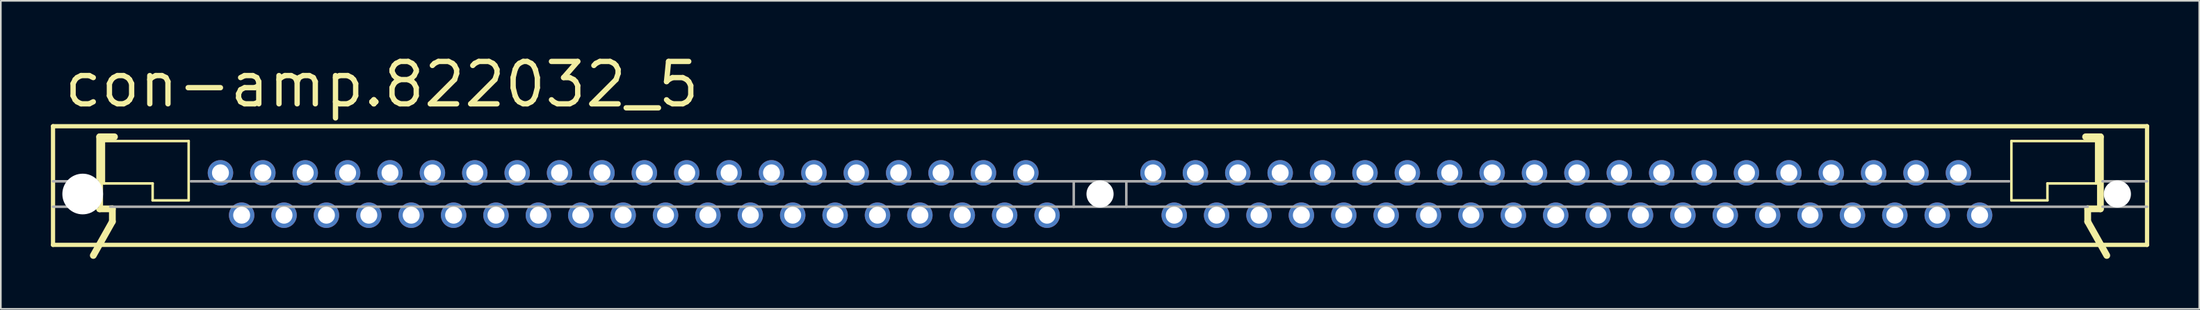
<source format=kicad_pcb>
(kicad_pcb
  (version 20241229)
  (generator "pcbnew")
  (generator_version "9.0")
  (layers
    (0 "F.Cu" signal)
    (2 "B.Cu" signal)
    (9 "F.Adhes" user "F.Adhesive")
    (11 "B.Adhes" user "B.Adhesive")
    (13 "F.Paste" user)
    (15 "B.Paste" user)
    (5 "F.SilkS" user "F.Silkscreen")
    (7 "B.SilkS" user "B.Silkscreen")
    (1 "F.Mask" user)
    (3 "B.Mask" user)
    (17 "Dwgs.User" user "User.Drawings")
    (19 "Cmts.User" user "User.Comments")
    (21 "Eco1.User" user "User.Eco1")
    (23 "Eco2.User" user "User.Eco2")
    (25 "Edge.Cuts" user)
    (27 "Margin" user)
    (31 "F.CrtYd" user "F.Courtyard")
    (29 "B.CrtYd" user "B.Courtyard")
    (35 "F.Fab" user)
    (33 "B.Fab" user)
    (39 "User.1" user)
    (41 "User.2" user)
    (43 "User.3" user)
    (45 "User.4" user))
  (footprint "con-amp.822032_5"
    (layer "F.Cu")
    (at 62.865 8.58)
    (property "Reference" "con-amp.822032_5" (at -62.23 -5.08 0) (layer "F.SilkS") (effects (font (size 2.54 2.54) (thickness 0.32)) (justify left bottom)))
    (attr through_hole)
    (fp_line (start -62.738 -4.064) (end 62.738 -4.064) (stroke (width 0.254) (type default)) (layer "F.SilkS"))
    (fp_line (start -62.738 3.048) (end -62.738 -4.064) (stroke (width 0.254) (type default)) (layer "F.SilkS"))
    (fp_line (start -59.944 -3.429) (end -59.944 0.889) (stroke (width 0.406) (type default)) (layer "F.SilkS"))
    (fp_line (start -59.944 0.889) (end -59.182 0.889) (stroke (width 0.406) (type default)) (layer "F.SilkS"))
    (fp_line (start -59.69 -3.175) (end -59.69 -0.635) (stroke (width 0.152) (type default)) (layer "F.SilkS"))
    (fp_line (start -59.182 0.889) (end -59.182 1.651) (stroke (width 0.406) (type default)) (layer "F.SilkS"))
    (fp_line (start -59.182 1.651) (end -60.325 3.683) (stroke (width 0.406) (type default)) (layer "F.SilkS"))
    (fp_line (start -59.055 -3.429) (end -59.944 -3.429) (stroke (width 0.406) (type default)) (layer "F.SilkS"))
    (fp_line (start -56.769 -0.635) (end -59.69 -0.635) (stroke (width 0.152) (type default)) (layer "F.SilkS"))
    (fp_line (start -56.769 0.381) (end -56.769 -0.635) (stroke (width 0.152) (type default)) (layer "F.SilkS"))
    (fp_line (start -56.769 0.381) (end -54.61 0.381) (stroke (width 0.152) (type default)) (layer "F.SilkS"))
    (fp_line (start -54.61 -3.175) (end -59.69 -3.175) (stroke (width 0.152) (type default)) (layer "F.SilkS"))
    (fp_line (start -54.61 0.381) (end -54.61 -3.175) (stroke (width 0.152) (type default)) (layer "F.SilkS"))
    (fp_line (start 54.61 -3.175) (end 59.69 -3.175) (stroke (width 0.152) (type default)) (layer "F.SilkS"))
    (fp_line (start 54.61 0.381) (end 54.61 -3.175) (stroke (width 0.152) (type default)) (layer "F.SilkS"))
    (fp_line (start 56.769 -0.635) (end 59.69 -0.635) (stroke (width 0.152) (type default)) (layer "F.SilkS"))
    (fp_line (start 56.769 0.381) (end 54.61 0.381) (stroke (width 0.152) (type default)) (layer "F.SilkS"))
    (fp_line (start 56.769 0.381) (end 56.769 -0.635) (stroke (width 0.152) (type default)) (layer "F.SilkS"))
    (fp_line (start 59.055 -3.429) (end 59.944 -3.429) (stroke (width 0.406) (type default)) (layer "F.SilkS"))
    (fp_line (start 59.182 0.889) (end 59.182 1.651) (stroke (width 0.406) (type default)) (layer "F.SilkS"))
    (fp_line (start 59.182 1.651) (end 60.325 3.683) (stroke (width 0.406) (type default)) (layer "F.SilkS"))
    (fp_line (start 59.69 -3.175) (end 59.69 -0.635) (stroke (width 0.152) (type default)) (layer "F.SilkS"))
    (fp_line (start 59.944 -3.429) (end 59.944 0.889) (stroke (width 0.406) (type default)) (layer "F.SilkS"))
    (fp_line (start 59.944 0.889) (end 59.182 0.889) (stroke (width 0.406) (type default)) (layer "F.SilkS"))
    (fp_line (start 62.738 -4.064) (end 62.738 3.048) (stroke (width 0.254) (type default)) (layer "F.SilkS"))
    (fp_line (start 62.738 3.048) (end -62.738 3.048) (stroke (width 0.254) (type default)) (layer "F.SilkS"))
    (fp_line (start -62.738 -0.762) (end -60.071 -0.762) (stroke (width 0.152) (type default)) (layer "F.Fab"))
    (fp_line (start -62.738 0.762) (end -60.071 0.762) (stroke (width 0.152) (type default)) (layer "F.Fab"))
    (fp_line (start -59.309 0.762) (end -1.575 0.762) (stroke (width 0.152) (type default)) (layer "F.Fab"))
    (fp_line (start -54.483 -0.762) (end -1.575 -0.762) (stroke (width 0.152) (type default)) (layer "F.Fab"))
    (fp_line (start -1.575 -0.762) (end 1.575 -0.762) (stroke (width 0.152) (type default)) (layer "F.Fab"))
    (fp_line (start -1.575 0.762) (end -1.575 -0.762) (stroke (width 0.152) (type default)) (layer "F.Fab"))
    (fp_line (start -1.575 0.762) (end 1.575 0.762) (stroke (width 0.152) (type default)) (layer "F.Fab"))
    (fp_line (start 1.575 0.762) (end 1.575 -0.762) (stroke (width 0.152) (type default)) (layer "F.Fab"))
    (fp_line (start 54.483 -0.762) (end 1.575 -0.762) (stroke (width 0.152) (type default)) (layer "F.Fab"))
    (fp_line (start 59.182 0.762) (end 1.575 0.762) (stroke (width 0.152) (type default)) (layer "F.Fab"))
    (fp_line (start 62.738 -0.762) (end 60.071 -0.762) (stroke (width 0.152) (type default)) (layer "F.Fab"))
    (fp_line (start 62.738 0.762) (end 60.071 0.762) (stroke (width 0.152) (type default)) (layer "F.Fab"))
    (pad "" np_thru_hole circle (at -60.96 0) (size 2.438 2.438) (drill 2.438) (layers "*.Cu" "*.Mask"))
    (pad "" np_thru_hole circle (at 0 0) (size 1.626 1.626) (drill 1.626) (layers "*.Cu" "*.Mask"))
    (pad "" np_thru_hole circle (at 60.96 0) (size 1.626 1.626) (drill 1.626) (layers "*.Cu" "*.Mask"))
    (pad "1" thru_hole circle (at 52.705 1.27) (size 1.524 1.524) (drill 1.016) (layers "*.Cu" "*.Mask"))
    (pad "2" thru_hole circle (at 51.435 -1.27) (size 1.524 1.524) (drill 1.016) (layers "*.Cu" "*.Mask"))
    (pad "3" thru_hole circle (at 50.165 1.27) (size 1.524 1.524) (drill 1.016) (layers "*.Cu" "*.Mask"))
    (pad "4" thru_hole circle (at 48.895 -1.27) (size 1.524 1.524) (drill 1.016) (layers "*.Cu" "*.Mask"))
    (pad "5" thru_hole circle (at 47.625 1.27) (size 1.524 1.524) (drill 1.016) (layers "*.Cu" "*.Mask"))
    (pad "6" thru_hole circle (at 46.355 -1.27) (size 1.524 1.524) (drill 1.016) (layers "*.Cu" "*.Mask"))
    (pad "7" thru_hole circle (at 45.085 1.27) (size 1.524 1.524) (drill 1.016) (layers "*.Cu" "*.Mask"))
    (pad "8" thru_hole circle (at 43.815 -1.27) (size 1.524 1.524) (drill 1.016) (layers "*.Cu" "*.Mask"))
    (pad "9" thru_hole circle (at 42.545 1.27) (size 1.524 1.524) (drill 1.016) (layers "*.Cu" "*.Mask"))
    (pad "10" thru_hole circle (at 41.275 -1.27) (size 1.524 1.524) (drill 1.016) (layers "*.Cu" "*.Mask"))
    (pad "11" thru_hole circle (at 40.005 1.27) (size 1.524 1.524) (drill 1.016) (layers "*.Cu" "*.Mask"))
    (pad "12" thru_hole circle (at 38.735 -1.27) (size 1.524 1.524) (drill 1.016) (layers "*.Cu" "*.Mask"))
    (pad "13" thru_hole circle (at 37.465 1.27) (size 1.524 1.524) (drill 1.016) (layers "*.Cu" "*.Mask"))
    (pad "14" thru_hole circle (at 36.195 -1.27) (size 1.524 1.524) (drill 1.016) (layers "*.Cu" "*.Mask"))
    (pad "15" thru_hole circle (at 34.925 1.27) (size 1.524 1.524) (drill 1.016) (layers "*.Cu" "*.Mask"))
    (pad "16" thru_hole circle (at 33.655 -1.27) (size 1.524 1.524) (drill 1.016) (layers "*.Cu" "*.Mask"))
    (pad "17" thru_hole circle (at 32.385 1.27) (size 1.524 1.524) (drill 1.016) (layers "*.Cu" "*.Mask"))
    (pad "18" thru_hole circle (at 31.115 -1.27) (size 1.524 1.524) (drill 1.016) (layers "*.Cu" "*.Mask"))
    (pad "19" thru_hole circle (at 29.845 1.27) (size 1.524 1.524) (drill 1.016) (layers "*.Cu" "*.Mask"))
    (pad "20" thru_hole circle (at 28.575 -1.27) (size 1.524 1.524) (drill 1.016) (layers "*.Cu" "*.Mask"))
    (pad "21" thru_hole circle (at 27.305 1.27) (size 1.524 1.524) (drill 1.016) (layers "*.Cu" "*.Mask"))
    (pad "22" thru_hole circle (at 26.035 -1.27) (size 1.524 1.524) (drill 1.016) (layers "*.Cu" "*.Mask"))
    (pad "23" thru_hole circle (at 24.765 1.27) (size 1.524 1.524) (drill 1.016) (layers "*.Cu" "*.Mask"))
    (pad "24" thru_hole circle (at 23.495 -1.27) (size 1.524 1.524) (drill 1.016) (layers "*.Cu" "*.Mask"))
    (pad "25" thru_hole circle (at 22.225 1.27) (size 1.524 1.524) (drill 1.016) (layers "*.Cu" "*.Mask"))
    (pad "26" thru_hole circle (at 20.955 -1.27) (size 1.524 1.524) (drill 1.016) (layers "*.Cu" "*.Mask"))
    (pad "27" thru_hole circle (at 19.685 1.27) (size 1.524 1.524) (drill 1.016) (layers "*.Cu" "*.Mask"))
    (pad "28" thru_hole circle (at 18.415 -1.27) (size 1.524 1.524) (drill 1.016) (layers "*.Cu" "*.Mask"))
    (pad "29" thru_hole circle (at 17.145 1.27) (size 1.524 1.524) (drill 1.016) (layers "*.Cu" "*.Mask"))
    (pad "30" thru_hole circle (at 15.875 -1.27) (size 1.524 1.524) (drill 1.016) (layers "*.Cu" "*.Mask"))
    (pad "31" thru_hole circle (at 14.605 1.27) (size 1.524 1.524) (drill 1.016) (layers "*.Cu" "*.Mask"))
    (pad "32" thru_hole circle (at 13.335 -1.27) (size 1.524 1.524) (drill 1.016) (layers "*.Cu" "*.Mask"))
    (pad "33" thru_hole circle (at 12.065 1.27) (size 1.524 1.524) (drill 1.016) (layers "*.Cu" "*.Mask"))
    (pad "34" thru_hole circle (at 10.795 -1.27) (size 1.524 1.524) (drill 1.016) (layers "*.Cu" "*.Mask"))
    (pad "35" thru_hole circle (at 9.525 1.27) (size 1.524 1.524) (drill 1.016) (layers "*.Cu" "*.Mask"))
    (pad "36" thru_hole circle (at 8.255 -1.27) (size 1.524 1.524) (drill 1.016) (layers "*.Cu" "*.Mask"))
    (pad "37" thru_hole circle (at 6.985 1.27) (size 1.524 1.524) (drill 1.016) (layers "*.Cu" "*.Mask"))
    (pad "38" thru_hole circle (at 5.715 -1.27) (size 1.524 1.524) (drill 1.016) (layers "*.Cu" "*.Mask"))
    (pad "39" thru_hole circle (at 4.445 1.27) (size 1.524 1.524) (drill 1.016) (layers "*.Cu" "*.Mask"))
    (pad "40" thru_hole circle (at 3.175 -1.27) (size 1.524 1.524) (drill 1.016) (layers "*.Cu" "*.Mask"))
    (pad "41" thru_hole circle (at -3.175 1.27) (size 1.524 1.524) (drill 1.016) (layers "*.Cu" "*.Mask"))
    (pad "42" thru_hole circle (at -4.445 -1.27) (size 1.524 1.524) (drill 1.016) (layers "*.Cu" "*.Mask"))
    (pad "43" thru_hole circle (at -5.715 1.27) (size 1.524 1.524) (drill 1.016) (layers "*.Cu" "*.Mask"))
    (pad "44" thru_hole circle (at -6.985 -1.27) (size 1.524 1.524) (drill 1.016) (layers "*.Cu" "*.Mask"))
    (pad "45" thru_hole circle (at -8.255 1.27) (size 1.524 1.524) (drill 1.016) (layers "*.Cu" "*.Mask"))
    (pad "46" thru_hole circle (at -9.525 -1.27) (size 1.524 1.524) (drill 1.016) (layers "*.Cu" "*.Mask"))
    (pad "47" thru_hole circle (at -10.795 1.27) (size 1.524 1.524) (drill 1.016) (layers "*.Cu" "*.Mask"))
    (pad "48" thru_hole circle (at -12.065 -1.27) (size 1.524 1.524) (drill 1.016) (layers "*.Cu" "*.Mask"))
    (pad "49" thru_hole circle (at -13.335 1.27) (size 1.524 1.524) (drill 1.016) (layers "*.Cu" "*.Mask"))
    (pad "50" thru_hole circle (at -14.605 -1.27) (size 1.524 1.524) (drill 1.016) (layers "*.Cu" "*.Mask"))
    (pad "51" thru_hole circle (at -15.875 1.27) (size 1.524 1.524) (drill 1.016) (layers "*.Cu" "*.Mask"))
    (pad "52" thru_hole circle (at -17.145 -1.27) (size 1.524 1.524) (drill 1.016) (layers "*.Cu" "*.Mask"))
    (pad "53" thru_hole circle (at -18.415 1.27) (size 1.524 1.524) (drill 1.016) (layers "*.Cu" "*.Mask"))
    (pad "54" thru_hole circle (at -19.685 -1.27) (size 1.524 1.524) (drill 1.016) (layers "*.Cu" "*.Mask"))
    (pad "55" thru_hole circle (at -20.955 1.27) (size 1.524 1.524) (drill 1.016) (layers "*.Cu" "*.Mask"))
    (pad "56" thru_hole circle (at -22.225 -1.27) (size 1.524 1.524) (drill 1.016) (layers "*.Cu" "*.Mask"))
    (pad "57" thru_hole circle (at -23.495 1.27) (size 1.524 1.524) (drill 1.016) (layers "*.Cu" "*.Mask"))
    (pad "58" thru_hole circle (at -24.765 -1.27) (size 1.524 1.524) (drill 1.016) (layers "*.Cu" "*.Mask"))
    (pad "59" thru_hole circle (at -26.035 1.27) (size 1.524 1.524) (drill 1.016) (layers "*.Cu" "*.Mask"))
    (pad "60" thru_hole circle (at -27.305 -1.27) (size 1.524 1.524) (drill 1.016) (layers "*.Cu" "*.Mask"))
    (pad "61" thru_hole circle (at -28.575 1.27) (size 1.524 1.524) (drill 1.016) (layers "*.Cu" "*.Mask"))
    (pad "62" thru_hole circle (at -29.845 -1.27) (size 1.524 1.524) (drill 1.016) (layers "*.Cu" "*.Mask"))
    (pad "63" thru_hole circle (at -31.115 1.27) (size 1.524 1.524) (drill 1.016) (layers "*.Cu" "*.Mask"))
    (pad "64" thru_hole circle (at -32.385 -1.27) (size 1.524 1.524) (drill 1.016) (layers "*.Cu" "*.Mask"))
    (pad "65" thru_hole circle (at -33.655 1.27) (size 1.524 1.524) (drill 1.016) (layers "*.Cu" "*.Mask"))
    (pad "66" thru_hole circle (at -34.925 -1.27) (size 1.524 1.524) (drill 1.016) (layers "*.Cu" "*.Mask"))
    (pad "67" thru_hole circle (at -36.195 1.27) (size 1.524 1.524) (drill 1.016) (layers "*.Cu" "*.Mask"))
    (pad "68" thru_hole circle (at -37.465 -1.27) (size 1.524 1.524) (drill 1.016) (layers "*.Cu" "*.Mask"))
    (pad "69" thru_hole circle (at -38.735 1.27) (size 1.524 1.524) (drill 1.016) (layers "*.Cu" "*.Mask"))
    (pad "70" thru_hole circle (at -40.005 -1.27) (size 1.524 1.524) (drill 1.016) (layers "*.Cu" "*.Mask"))
    (pad "71" thru_hole circle (at -41.275 1.27) (size 1.524 1.524) (drill 1.016) (layers "*.Cu" "*.Mask"))
    (pad "72" thru_hole circle (at -42.545 -1.27) (size 1.524 1.524) (drill 1.016) (layers "*.Cu" "*.Mask"))
    (pad "73" thru_hole circle (at -43.815 1.27) (size 1.524 1.524) (drill 1.016) (layers "*.Cu" "*.Mask"))
    (pad "74" thru_hole circle (at -45.085 -1.27) (size 1.524 1.524) (drill 1.016) (layers "*.Cu" "*.Mask"))
    (pad "75" thru_hole circle (at -46.355 1.27) (size 1.524 1.524) (drill 1.016) (layers "*.Cu" "*.Mask"))
    (pad "76" thru_hole circle (at -47.625 -1.27) (size 1.524 1.524) (drill 1.016) (layers "*.Cu" "*.Mask"))
    (pad "77" thru_hole circle (at -48.895 1.27) (size 1.524 1.524) (drill 1.016) (layers "*.Cu" "*.Mask"))
    (pad "78" thru_hole circle (at -50.165 -1.27) (size 1.524 1.524) (drill 1.016) (layers "*.Cu" "*.Mask"))
    (pad "79" thru_hole circle (at -51.435 1.27) (size 1.524 1.524) (drill 1.016) (layers "*.Cu" "*.Mask"))
    (pad "80" thru_hole circle (at -52.705 -1.27) (size 1.524 1.524) (drill 1.016) (layers "*.Cu" "*.Mask")))
  (gr_rect
    (start -3 -3)
    (end 128.73 15.466)
    (stroke (width 0.1) (type default))
    (fill no)
    (layer "Edge.Cuts")))
</source>
